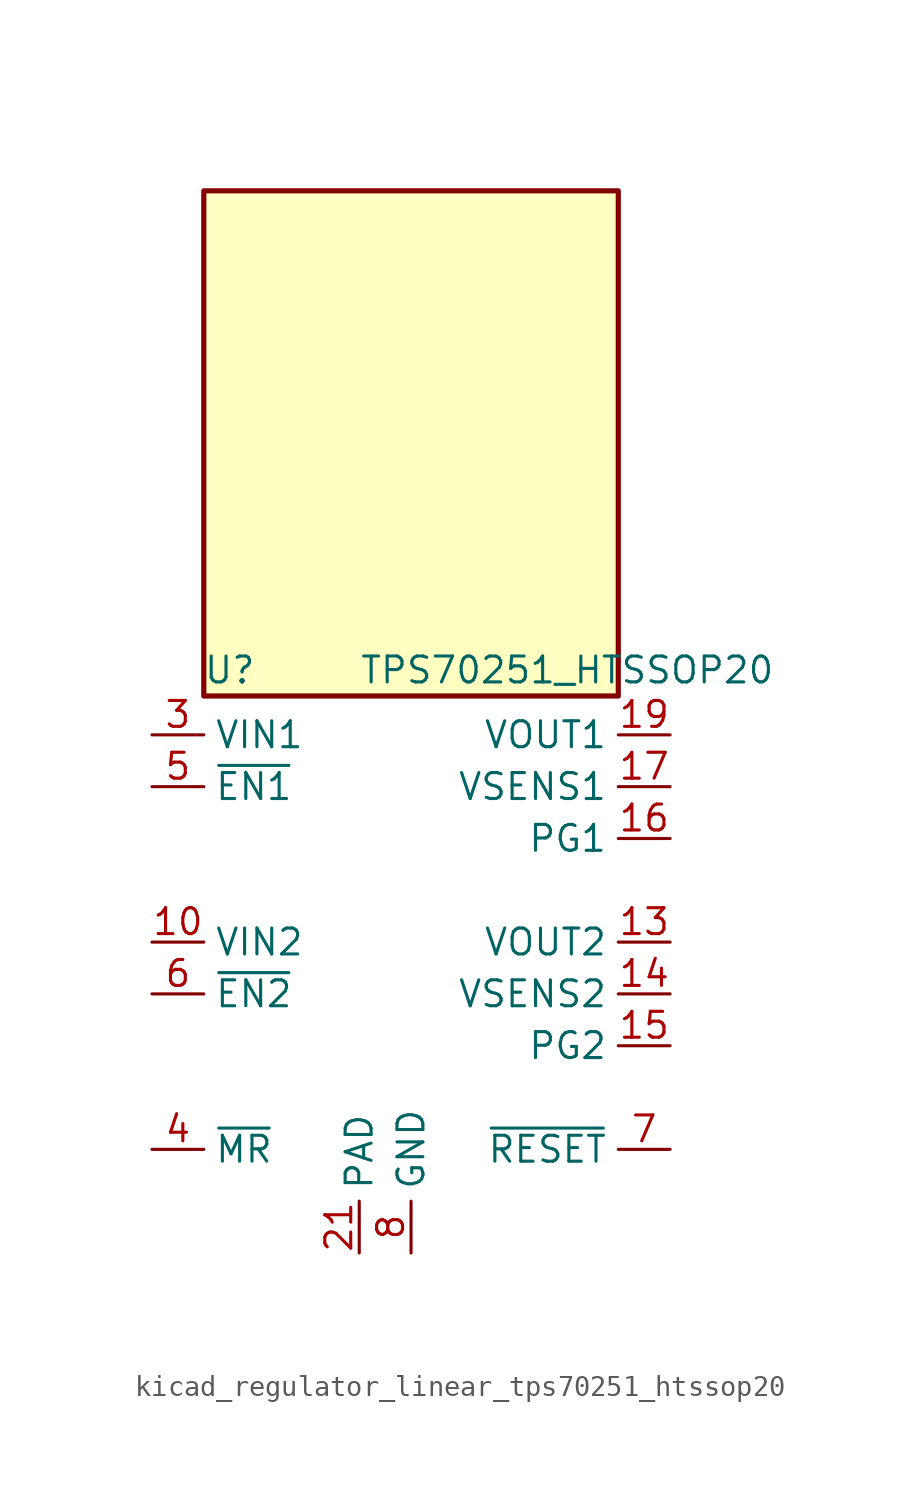
<source format=kicad_sym>
(kicad_symbol_lib
  (version 20220914)
  (generator kicad_symbol_editor)
  (symbol "kicad_regulator_linear_tps70251_htssop20"
    (property "Reference" "U"
      (at -8.89 13.335 0)
      (effects (font (size 1.27 1.27))))
    (property "Value" "TPS70251_HTSSOP20"
      (at -2.54 13.335 0)
      (effects (font (size 1.27 1.27)) (justify left)))
    (symbol "kicad_regulator_linear_tps70251_htssop20_0_1"
      (rectangle (start 10.16 36.83) (end -10.16 12.065) (stroke (width 0.254) (type default)) (fill (type background))))
    (symbol "kicad_regulator_linear_tps70251_htssop20_1_1"
      (pin no_connect line (at -10.16 5.08 0) (length 2.54) hide (name "NC" (effects (font (size 1.27 1.27)))) (number "1" (effects (font (size 1.27 1.27)))))
      (pin power_in line (at -12.7 0 0) (length 2.54) (name "VIN2" (effects (font (size 1.27 1.27)))) (number "10" (effects (font (size 1.27 1.27)))))
      (pin no_connect line (at -10.16 -5.08 0) (length 2.54) hide (name "NC" (effects (font (size 1.27 1.27)))) (number "11" (effects (font (size 1.27 1.27)))))
      (pin passive line (at 12.7 0 180) (length 2.54) hide (name "VOUT2" (effects (font (size 1.27 1.27)))) (number "12" (effects (font (size 1.27 1.27)))))
      (pin power_out line (at 12.7 0 180) (length 2.54) (name "VOUT2" (effects (font (size 1.27 1.27)))) (number "13" (effects (font (size 1.27 1.27)))))
      (pin input line (at 12.7 -2.54 180) (length 2.54) (name "VSENS2" (effects (font (size 1.27 1.27)))) (number "14" (effects (font (size 1.27 1.27)))))
      (pin open_collector line (at 12.7 -5.08 180) (length 2.54) (name "PG2" (effects (font (size 1.27 1.27)))) (number "15" (effects (font (size 1.27 1.27)))))
      (pin open_collector line (at 12.7 5.08 180) (length 2.54) (name "PG1" (effects (font (size 1.27 1.27)))) (number "16" (effects (font (size 1.27 1.27)))))
      (pin input line (at 12.7 7.62 180) (length 2.54) (name "VSENS1" (effects (font (size 1.27 1.27)))) (number "17" (effects (font (size 1.27 1.27)))))
      (pin passive line (at 12.7 10.16 180) (length 2.54) hide (name "VOUT1" (effects (font (size 1.27 1.27)))) (number "18" (effects (font (size 1.27 1.27)))))
      (pin power_out line (at 12.7 10.16 180) (length 2.54) (name "VOUT1" (effects (font (size 1.27 1.27)))) (number "19" (effects (font (size 1.27 1.27)))))
      (pin passive line (at -12.7 10.16 0) (length 2.54) hide (name "VIN1" (effects (font (size 1.27 1.27)))) (number "2" (effects (font (size 1.27 1.27)))))
      (pin no_connect line (at 2.54 -12.7 90) (length 2.54) hide (name "NC" (effects (font (size 1.27 1.27)))) (number "20" (effects (font (size 1.27 1.27)))))
      (pin power_in line (at -2.54 -15.24 90) (length 2.54) (name "PAD" (effects (font (size 1.27 1.27)))) (number "21" (effects (font (size 1.27 1.27)))))
      (pin power_in line (at -12.7 10.16 0) (length 2.54) (name "VIN1" (effects (font (size 1.27 1.27)))) (number "3" (effects (font (size 1.27 1.27)))))
      (pin input line (at -12.7 -10.16 0) (length 2.54) (name "~{MR}" (effects (font (size 1.27 1.27)))) (number "4" (effects (font (size 1.27 1.27)))))
      (pin input line (at -12.7 7.62 0) (length 2.54) (name "~{EN1}" (effects (font (size 1.27 1.27)))) (number "5" (effects (font (size 1.27 1.27)))))
      (pin input line (at -12.7 -2.54 0) (length 2.54) (name "~{EN2}" (effects (font (size 1.27 1.27)))) (number "6" (effects (font (size 1.27 1.27)))))
      (pin open_collector line (at 12.7 -10.16 180) (length 2.54) (name "~{RESET}" (effects (font (size 1.27 1.27)))) (number "7" (effects (font (size 1.27 1.27)))))
      (pin power_in line (at 0 -15.24 90) (length 2.54) (name "GND" (effects (font (size 1.27 1.27)))) (number "8" (effects (font (size 1.27 1.27)))))
      (pin passive line (at -12.7 0 0) (length 2.54) hide (name "VIN2" (effects (font (size 1.27 1.27)))) (number "9" (effects (font (size 1.27 1.27))))))))
</source>
